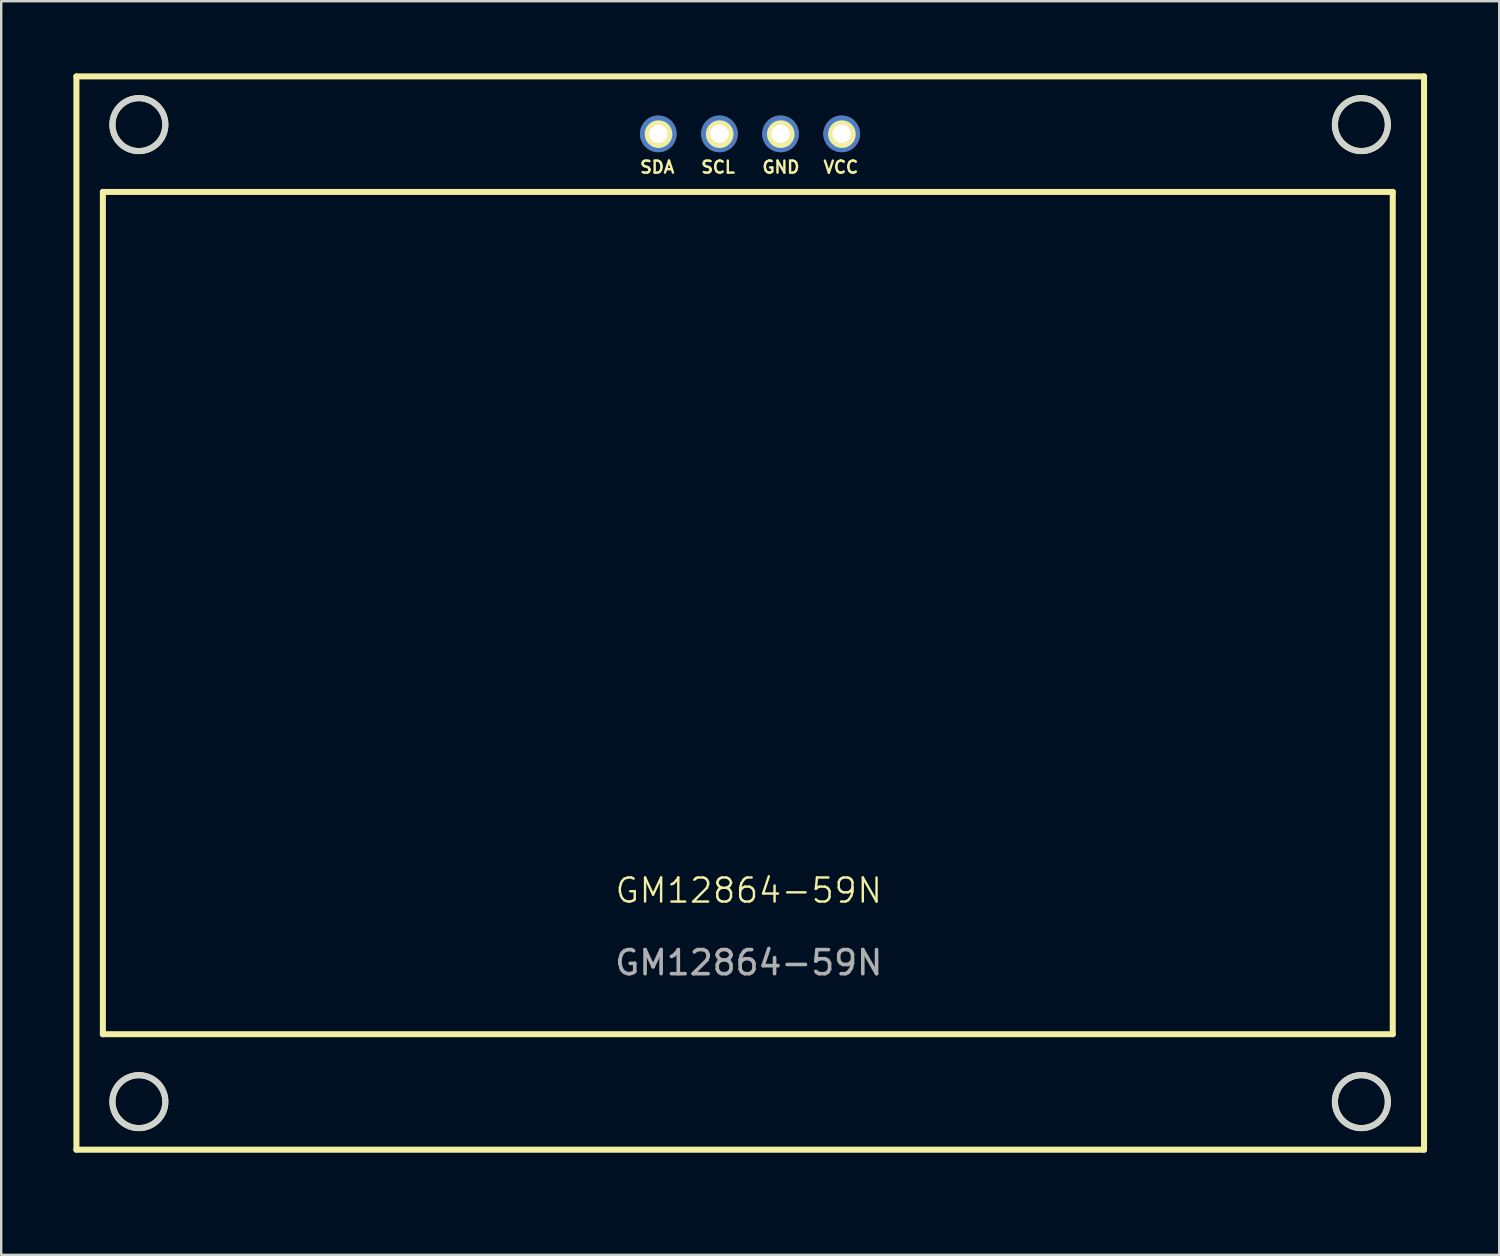
<source format=kicad_pcb>
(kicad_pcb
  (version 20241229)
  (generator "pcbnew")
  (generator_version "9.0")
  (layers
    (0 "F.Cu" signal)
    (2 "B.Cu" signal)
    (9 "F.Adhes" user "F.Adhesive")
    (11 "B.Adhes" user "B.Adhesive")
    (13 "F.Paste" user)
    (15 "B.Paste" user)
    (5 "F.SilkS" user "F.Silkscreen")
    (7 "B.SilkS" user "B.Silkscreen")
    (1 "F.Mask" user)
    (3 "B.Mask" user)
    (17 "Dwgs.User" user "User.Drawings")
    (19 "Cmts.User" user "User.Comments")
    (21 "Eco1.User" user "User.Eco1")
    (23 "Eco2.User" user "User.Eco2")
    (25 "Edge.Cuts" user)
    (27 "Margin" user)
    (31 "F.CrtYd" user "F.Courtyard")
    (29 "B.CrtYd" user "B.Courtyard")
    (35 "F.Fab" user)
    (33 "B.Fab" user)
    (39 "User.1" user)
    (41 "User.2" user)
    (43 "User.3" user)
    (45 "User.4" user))
  (footprint "GM12864-59N"
    (layer "F.Cu")
    (at 28.065 45.845)
    (property "Reference" "GM12864-59N" (at 0 -11.89 0) (unlocked yes) (layer "F.SilkS") (effects (font (size 1 1) (thickness 0.1))))
    (attr through_hole)
    (fp_line (start -27.94 -45.72) (end -27.94 -1.12) (stroke (width 0.25) (type solid)) (layer "F.SilkS"))
    (fp_line (start -27.94 -45.72) (end 28.06 -45.72) (stroke (width 0.25) (type solid)) (layer "F.SilkS"))
    (fp_line (start -27.94 -1.12) (end 28.06 -1.12) (stroke (width 0.25) (type solid)) (layer "F.SilkS"))
    (fp_line (start -26.84 -40.92) (end -26.84 -5.92) (stroke (width 0.25) (type solid)) (layer "F.SilkS"))
    (fp_line (start -26.84 -40.92) (end 26.76 -40.92) (stroke (width 0.25) (type solid)) (layer "F.SilkS"))
    (fp_line (start -26.84 -5.92) (end 26.76 -5.92) (stroke (width 0.25) (type solid)) (layer "F.SilkS"))
    (fp_line (start 26.76 -40.92) (end 26.76 -5.92) (stroke (width 0.25) (type solid)) (layer "F.SilkS"))
    (fp_line (start 28.06 -45.72) (end 28.06 -1.12) (stroke (width 0.25) (type solid)) (layer "F.SilkS"))
    (fp_circle (center -25.34 -43.72) (end -24.24 -43.72) (stroke (width 0.25) (type solid)) (fill no) (layer "F.SilkS"))
    (fp_circle (center -25.34 -3.12) (end -24.24 -3.12) (stroke (width 0.25) (type solid)) (fill no) (layer "F.SilkS"))
    (fp_circle (center -3.75 -43.32) (end -3.3 -43.32) (stroke (width 0.25) (type solid)) (fill no) (layer "F.SilkS"))
    (fp_circle (center -1.21 -43.32) (end -0.76 -43.32) (stroke (width 0.25) (type solid)) (fill no) (layer "F.SilkS"))
    (fp_circle (center 1.33 -43.32) (end 1.78 -43.32) (stroke (width 0.25) (type solid)) (fill no) (layer "F.SilkS"))
    (fp_circle (center 3.87 -43.32) (end 4.32 -43.32) (stroke (width 0.25) (type solid)) (fill no) (layer "F.SilkS"))
    (fp_circle (center 25.46 -43.72) (end 26.56 -43.72) (stroke (width 0.25) (type solid)) (fill no) (layer "F.SilkS"))
    (fp_circle (center 25.46 -3.12) (end 26.56 -3.12) (stroke (width 0.25) (type solid)) (fill no) (layer "F.SilkS"))
    (fp_circle (center -25.349 -43.713) (end -24.249 -43.713) (stroke (width 0.25) (type solid)) (fill no) (layer "Edge.Cuts"))
    (fp_circle (center -25.349 -3.113) (end -24.249 -3.113) (stroke (width 0.25) (type solid)) (fill no) (layer "Edge.Cuts"))
    (fp_circle (center 25.451 -43.713) (end 26.551 -43.713) (stroke (width 0.25) (type solid)) (fill no) (layer "Edge.Cuts"))
    (fp_circle (center 25.451 -3.113) (end 26.551 -3.113) (stroke (width 0.25) (type solid)) (fill no) (layer "Edge.Cuts"))
    (fp_text user "SCL" (at -2.032 -41.656 0) (unlocked yes) (layer "F.SilkS") (effects (font (size 0.5 0.5) (thickness 0.1)) (justify left bottom)))
    (fp_text user "SDA" (at -4.572 -41.656 0) (unlocked yes) (layer "F.SilkS") (effects (font (size 0.5 0.5) (thickness 0.1)) (justify left bottom)))
    (fp_text user "GND" (at 0.508 -41.656 0) (unlocked yes) (layer "F.SilkS") (effects (font (size 0.5 0.5) (thickness 0.1)) (justify left bottom)))
    (fp_text user "VCC" (at 3.048 -41.656 0) (unlocked yes) (layer "F.SilkS") (effects (font (size 0.5 0.5) (thickness 0.1)) (justify left bottom)))
    (fp_text user "${REFERENCE}" (at 0 -8.89 0) (unlocked yes) (layer "F.Fab") (effects (font (size 1 1) (thickness 0.15))))
    (pad "1" thru_hole circle (at -3.759 -43.332) (size 1.524 1.524) (drill 0.762) (layers "*.Cu" "*.Mask"))
    (pad "2" thru_hole circle (at -1.219 -43.332) (size 1.524 1.524) (drill 0.762) (layers "*.Cu" "*.Mask"))
    (pad "3" thru_hole circle (at 1.321 -43.332) (size 1.524 1.524) (drill 0.762) (layers "*.Cu" "*.Mask"))
    (pad "4" thru_hole circle (at 3.861 -43.332) (size 1.524 1.524) (drill 0.762) (layers "*.Cu" "*.Mask")))
  (gr_rect
    (start -3 -3)
    (end 59.25 49.095)
    (stroke (width 0.1) (type default))
    (fill no)
    (layer "Edge.Cuts")))
</source>
